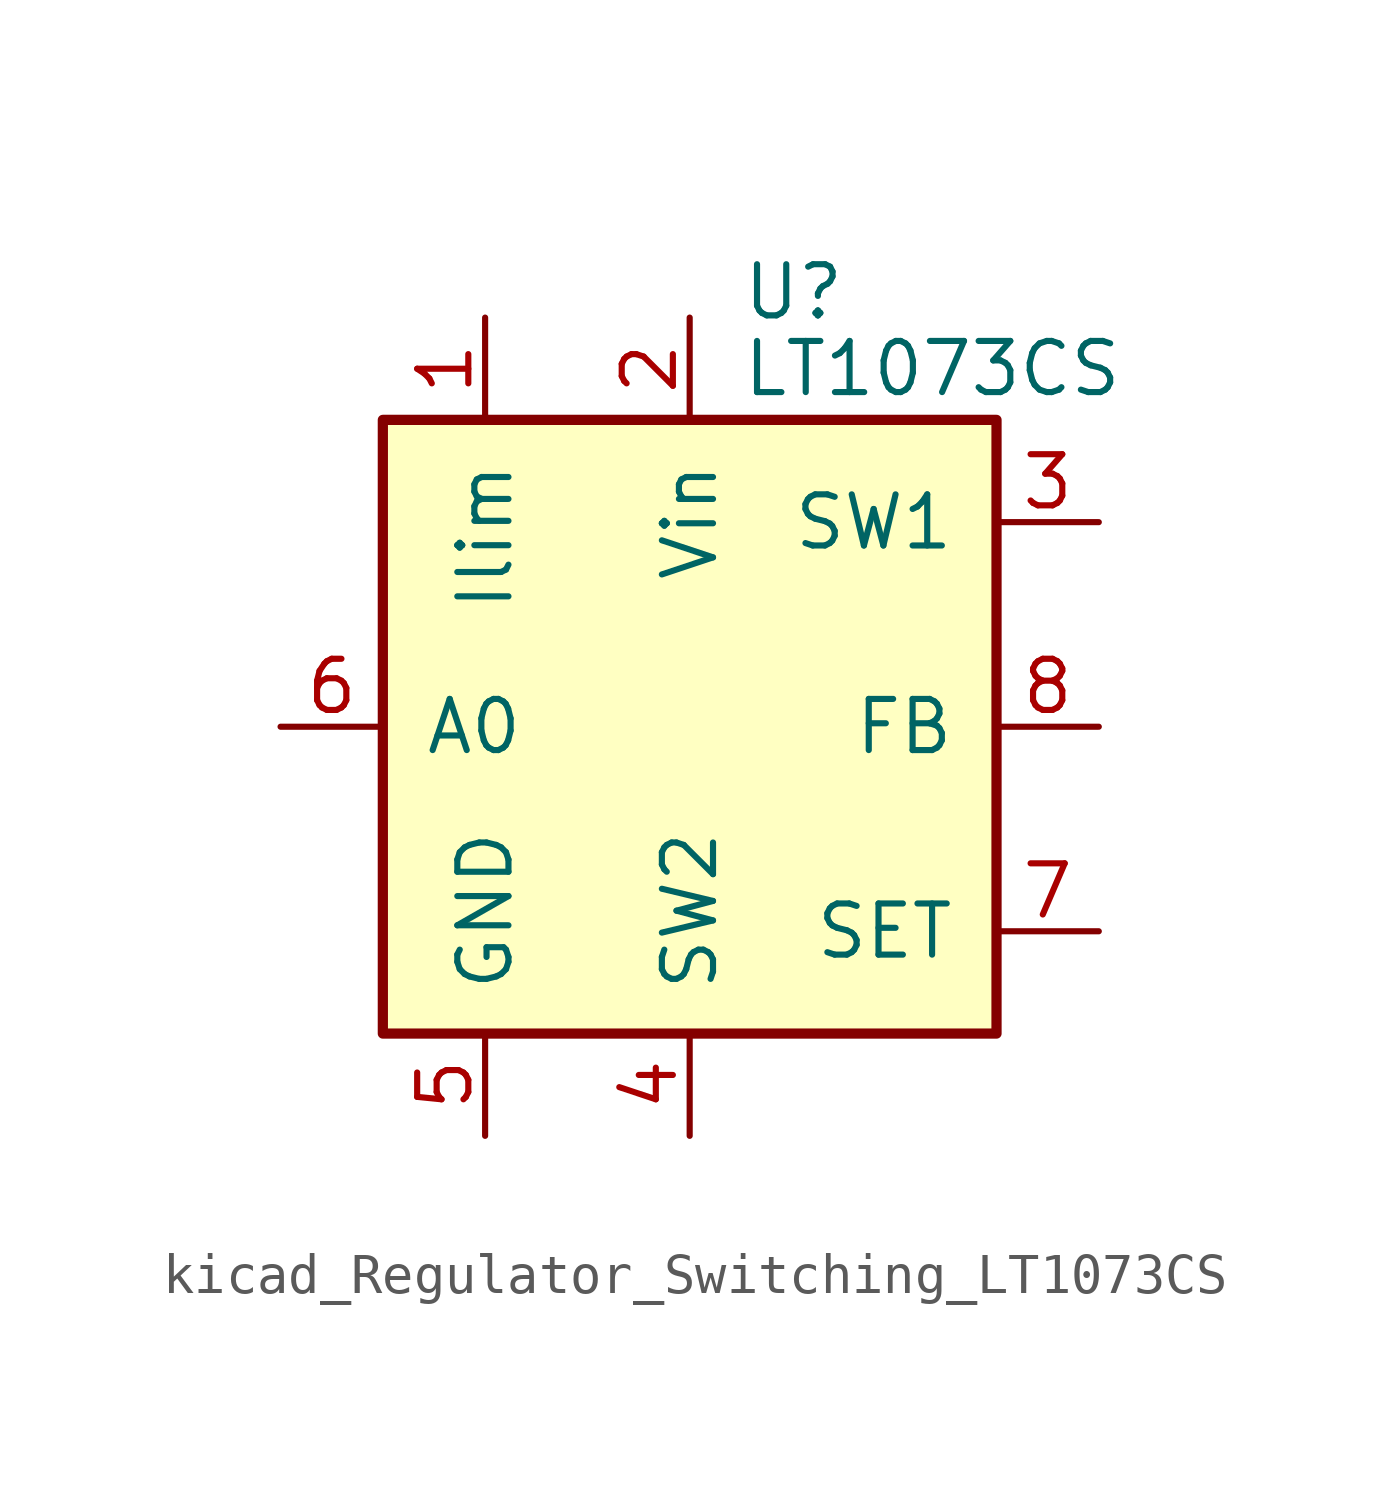
<source format=kicad_sym>
(kicad_symbol_lib
  (version 20220914)
  (generator kicad_symbol_editor)
  (symbol "kicad_Regulator_Switching_LT1073CS"
    (pin_names
      (offset 1.016))
    (property "Reference" "U"
      (at 1.27 10.795 0)
      (effects (font (size 1.27 1.27)) (justify left)))
    (property "Value" "LT1073CS"
      (at 1.27 8.89 0)
      (effects (font (size 1.27 1.27)) (justify left)))
    (symbol "kicad_Regulator_Switching_LT1073CS_0_1"
      (rectangle (start -7.62 7.62) (end 7.62 -7.62) (stroke (width 0.254) (type default)) (fill (type background))))
    (symbol "kicad_Regulator_Switching_LT1073CS_1_1"
      (pin input line (at -5.08 10.16 270) (length 2.54) (name "Ilim" (effects (font (size 1.27 1.27)))) (number "1" (effects (font (size 1.27 1.27)))))
      (pin power_in line (at 0 10.16 270) (length 2.54) (name "Vin" (effects (font (size 1.27 1.27)))) (number "2" (effects (font (size 1.27 1.27)))))
      (pin input line (at 10.16 5.08 180) (length 2.54) (name "SW1" (effects (font (size 1.27 1.27)))) (number "3" (effects (font (size 1.27 1.27)))))
      (pin input line (at 0 -10.16 90) (length 2.54) (name "SW2" (effects (font (size 1.27 1.27)))) (number "4" (effects (font (size 1.27 1.27)))))
      (pin power_in line (at -5.08 -10.16 90) (length 2.54) (name "GND" (effects (font (size 1.27 1.27)))) (number "5" (effects (font (size 1.27 1.27)))))
      (pin output line (at -10.16 0 0) (length 2.54) (name "A0" (effects (font (size 1.27 1.27)))) (number "6" (effects (font (size 1.27 1.27)))))
      (pin input line (at 10.16 -5.08 180) (length 2.54) (name "SET" (effects (font (size 1.27 1.27)))) (number "7" (effects (font (size 1.27 1.27)))))
      (pin input line (at 10.16 0 180) (length 2.54) (name "FB" (effects (font (size 1.27 1.27)))) (number "8" (effects (font (size 1.27 1.27))))))))
</source>
